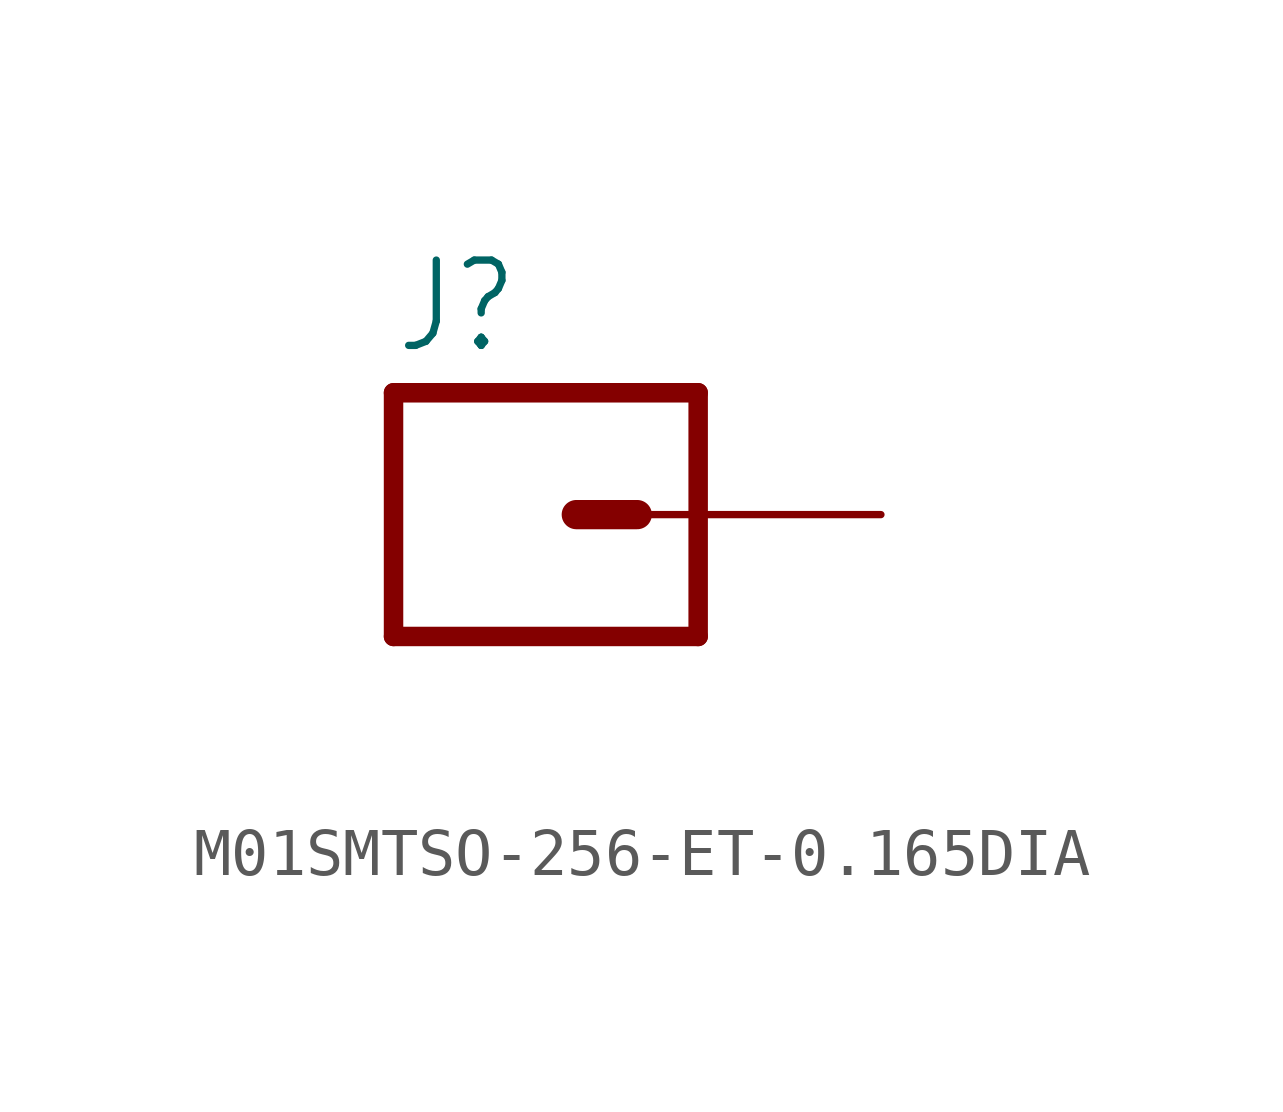
<source format=kicad_sym>
(kicad_symbol_lib
  (version 20231120)
  (generator "kicad_symbol_editor")
  (generator_version "8.0")
  (symbol "M01SMTSO-256-ET-0.165DIA"
    (property "Reference" "J"
      (at -2.54 3.302 0)
      (effects (font (size 1.778 1.511)) (justify left bottom)))
    (property "Value" ""
      (at -2.54 -5.08 0)
      (effects (font (size 1.778 1.511)) (justify left bottom)))
    (property "ki_locked" ""
      (at 0 0 0)
      (effects (font (size 1.27 1.27))))
    (symbol "M01SMTSO-256-ET-0.165DIA_1_0"
      (polyline (pts (xy -2.54 2.54) (xy -2.54 -2.54)) (stroke (width 0.406) (type solid)) (fill (type none)))
      (polyline (pts (xy -2.54 2.54) (xy 3.81 2.54)) (stroke (width 0.406) (type solid)) (fill (type none)))
      (polyline (pts (xy 1.27 0) (xy 2.54 0)) (stroke (width 0.61) (type solid)) (fill (type none)))
      (polyline (pts (xy 3.81 -2.54) (xy -2.54 -2.54)) (stroke (width 0.406) (type solid)) (fill (type none)))
      (polyline (pts (xy 3.81 -2.54) (xy 3.81 2.54)) (stroke (width 0.406) (type solid)) (fill (type none)))
      (pin passive line (at 7.62 0 180) (length 5.08) (name "1" (effects (font (size 0 0)))) (number "P$1" (effects (font (size 0 0))))))))
</source>
